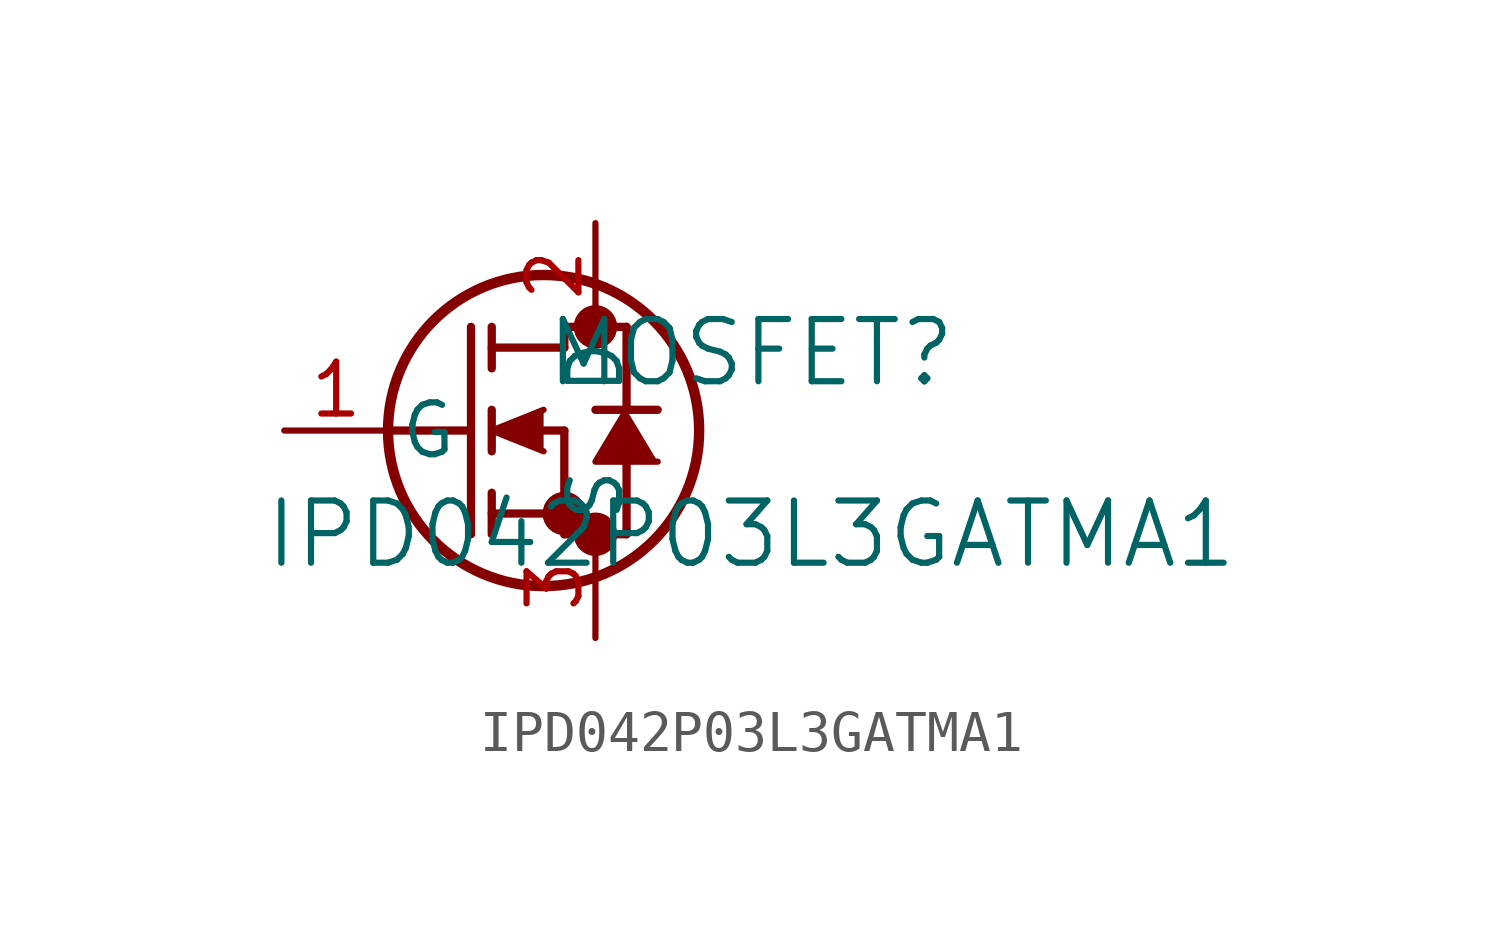
<source format=kicad_sym>
(kicad_symbol_lib
  (version 20211014)
  (generator kicad_symbol_editor)
  (symbol "IPD042P03L3GATMA1"
    (pin_names
      (offset 0.254))
    (property "Reference" "MOSFET"
      (at 11.43 1.905 0)
      (effects (font (size 1.524 1.524))))
    (property "Value" "IPD042P03L3GATMA1"
      (at 11.43 -2.54 0)
      (effects (font (size 1.524 1.524))))
    (symbol "IPD042P03L3GATMA1_0_1"
      (circle (center 7.62 2.54) (radius 0.025) (stroke (width 0.508) (type default) (color 0 0 0 0)) (fill (type none)))
      (circle (center 7.62 -2.54) (radius 0.025) (stroke (width 0.508) (type default) (color 0 0 0 0)) (fill (type none)))
      (circle (center 6.858 -2.032) (radius 0.025) (stroke (width 0.508) (type default) (color 0 0 0 0)) (fill (type none)))
      (circle (center 6.35 0) (radius 3.81) (stroke (width 0.254) (type default) (color 0 0 0 0)) (fill (type none)))
      (polyline (pts (xy 2.54 0) (xy 4.445 0)) (stroke (width 0.203) (type default) (color 0 0 0 0)) (fill (type none)))
      (polyline (pts (xy 4.572 -2.54) (xy 4.572 2.54)) (stroke (width 0.203) (type default) (color 0 0 0 0)) (fill (type none)))
      (polyline (pts (xy 5.08 -0.508) (xy 5.08 0.508)) (stroke (width 0.203) (type default) (color 0 0 0 0)) (fill (type none)))
      (polyline (pts (xy 5.08 -2.54) (xy 5.08 -1.524)) (stroke (width 0.203) (type default) (color 0 0 0 0)) (fill (type none)))
      (polyline (pts (xy 5.08 1.524) (xy 5.08 2.54)) (stroke (width 0.203) (type default) (color 0 0 0 0)) (fill (type none)))
      (polyline (pts (xy 6.35 0) (xy 6.858 0)) (stroke (width 0.203) (type default) (color 0 0 0 0)) (fill (type none)))
      (polyline (pts (xy 5.08 -2.032) (xy 6.858 -2.032)) (stroke (width 0.203) (type default) (color 0 0 0 0)) (fill (type none)))
      (polyline (pts (xy 6.858 -2.54) (xy 6.858 0)) (stroke (width 0.203) (type default) (color 0 0 0 0)) (fill (type none)))
      (polyline (pts (xy 6.858 -2.54) (xy 8.382 -2.54)) (stroke (width 0.203) (type default) (color 0 0 0 0)) (fill (type none)))
      (polyline (pts (xy 5.08 2.032) (xy 6.858 2.032)) (stroke (width 0.203) (type default) (color 0 0 0 0)) (fill (type none)))
      (polyline (pts (xy 8.382 0.508) (xy 8.382 2.54)) (stroke (width 0.203) (type default) (color 0 0 0 0)) (fill (type none)))
      (polyline (pts (xy 6.35 0.508) (xy 5.08 0) (xy 6.35 -0.508)) (stroke (width 0) (type default) (color 0 0 0 0)) (fill (type outline)))
      (polyline (pts (xy 9.144 -0.762) (xy 7.62 -0.762) (xy 8.382 0.508)) (stroke (width 0) (type default) (color 0 0 0 0)) (fill (type outline)))
      (polyline (pts (xy 8.382 -2.54) (xy 8.382 -0.762)) (stroke (width 0.203) (type default) (color 0 0 0 0)) (fill (type none)))
      (polyline (pts (xy 9.144 0.508) (xy 7.62 0.508)) (stroke (width 0.203) (type default) (color 0 0 0 0)) (fill (type none)))
      (polyline (pts (xy 6.858 2.54) (xy 8.382 2.54)) (stroke (width 0.203) (type default) (color 0 0 0 0)) (fill (type none)))
      (polyline (pts (xy 6.858 2.032) (xy 6.858 2.54)) (stroke (width 0.203) (type default) (color 0 0 0 0)) (fill (type none)))
      (pin unspecified line (at 0 0 0) (length 2.54) (name "G" (effects (font (size 1.27 1.27)))) (number "1" (effects (font (size 1.27 1.27)))))
      (pin unspecified line (at 7.62 5.08 270) (length 2.54) (name "D" (effects (font (size 1.27 1.27)))) (number "2" (effects (font (size 1.27 1.27)))))
      (pin unspecified line (at 7.62 -5.08 90) (length 2.54) (name "S" (effects (font (size 1.27 1.27)))) (number "3" (effects (font (size 1.27 1.27))))))))
</source>
